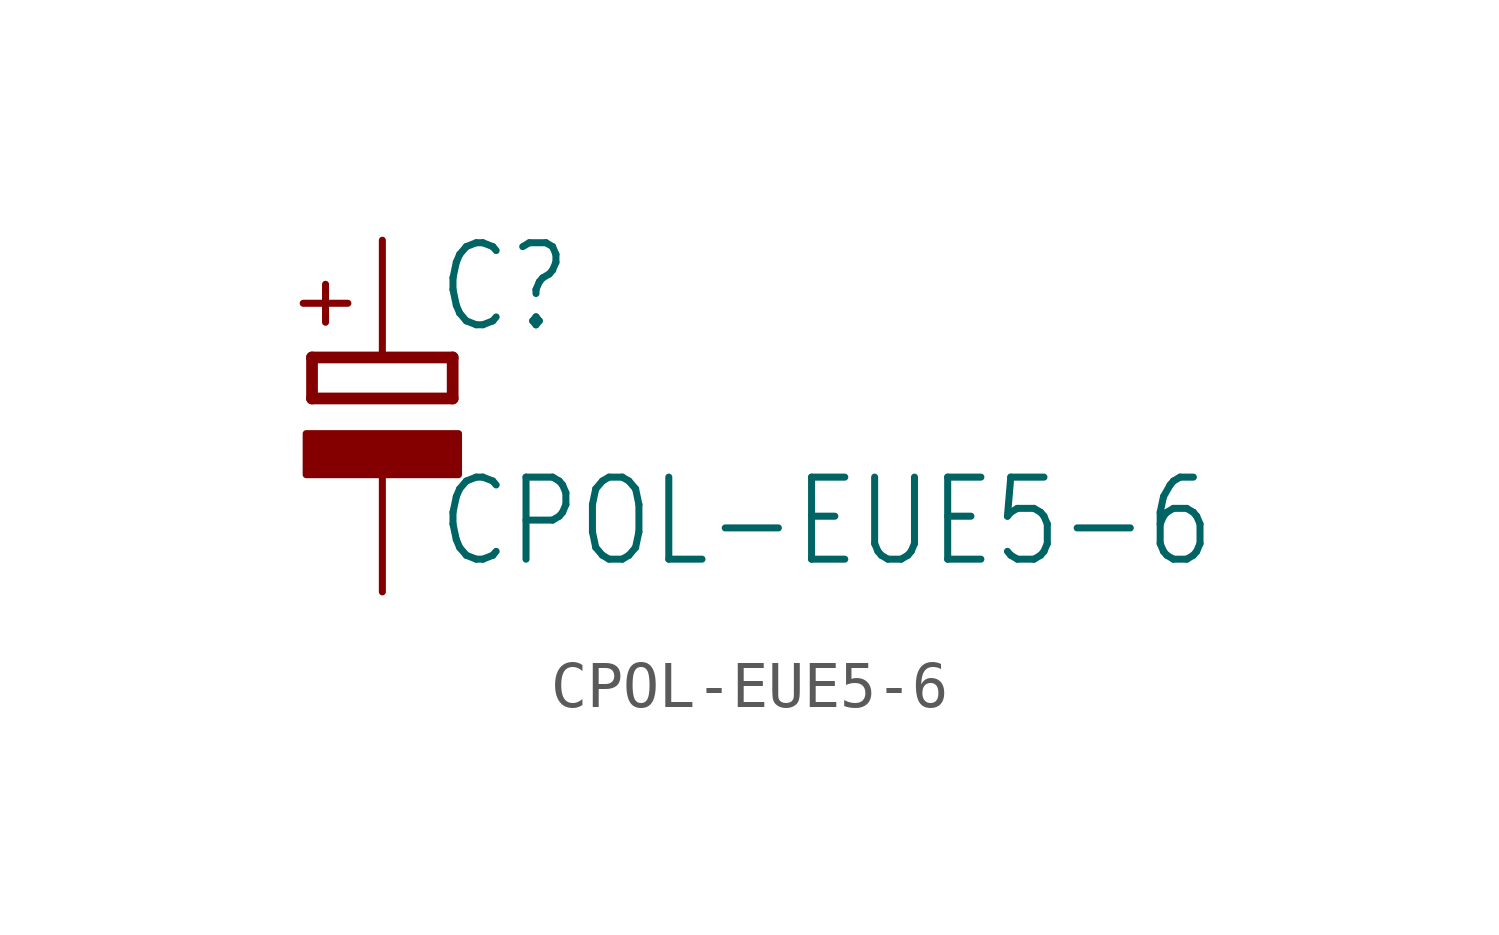
<source format=kicad_sym>
(kicad_symbol_lib
  (version 20211014)
  (generator kicad_symbol_editor)
  (symbol "CPOL-EUE5-6"
    (property "Reference" "C"
      (at 1.143 0.483 0)
      (effects (font (size 1.778 1.511)) (justify left bottom)))
    (property "Value" "CPOL-EUE5-6"
      (at 1.143 -4.597 0)
      (effects (font (size 1.778 1.511)) (justify left bottom)))
    (property "ki_locked" ""
      (at 0 0 0)
      (effects (font (size 1.27 1.27))))
    (symbol "CPOL-EUE5-6_1_0"
      (rectangle (start -1.651 -2.54) (end 1.651 -1.651) (stroke (width 0) (type default) (color 0 0 0 0)) (fill (type outline)))
      (polyline (pts (xy -1.524 -0.889) (xy 1.524 -0.889)) (stroke (width 0.254) (type default) (color 0 0 0 0)) (fill (type none)))
      (polyline (pts (xy -1.524 0) (xy -1.524 -0.889)) (stroke (width 0.254) (type default) (color 0 0 0 0)) (fill (type none)))
      (polyline (pts (xy -1.524 0) (xy 1.524 0)) (stroke (width 0.254) (type default) (color 0 0 0 0)) (fill (type none)))
      (polyline (pts (xy 1.524 -0.889) (xy 1.524 0)) (stroke (width 0.254) (type default) (color 0 0 0 0)) (fill (type none)))
      (text "+" (at -0.584 0.406 900) (effects (font (size 1.27 1.079)) (justify left bottom)))
      (pin passive line (at 0 2.54 270) (length 2.54) (name "+" (effects (font (size 0 0)))) (number "+" (effects (font (size 0 0)))))
      (pin passive line (at 0 -5.08 90) (length 2.54) (name "-" (effects (font (size 0 0)))) (number "-" (effects (font (size 0 0))))))))
</source>
